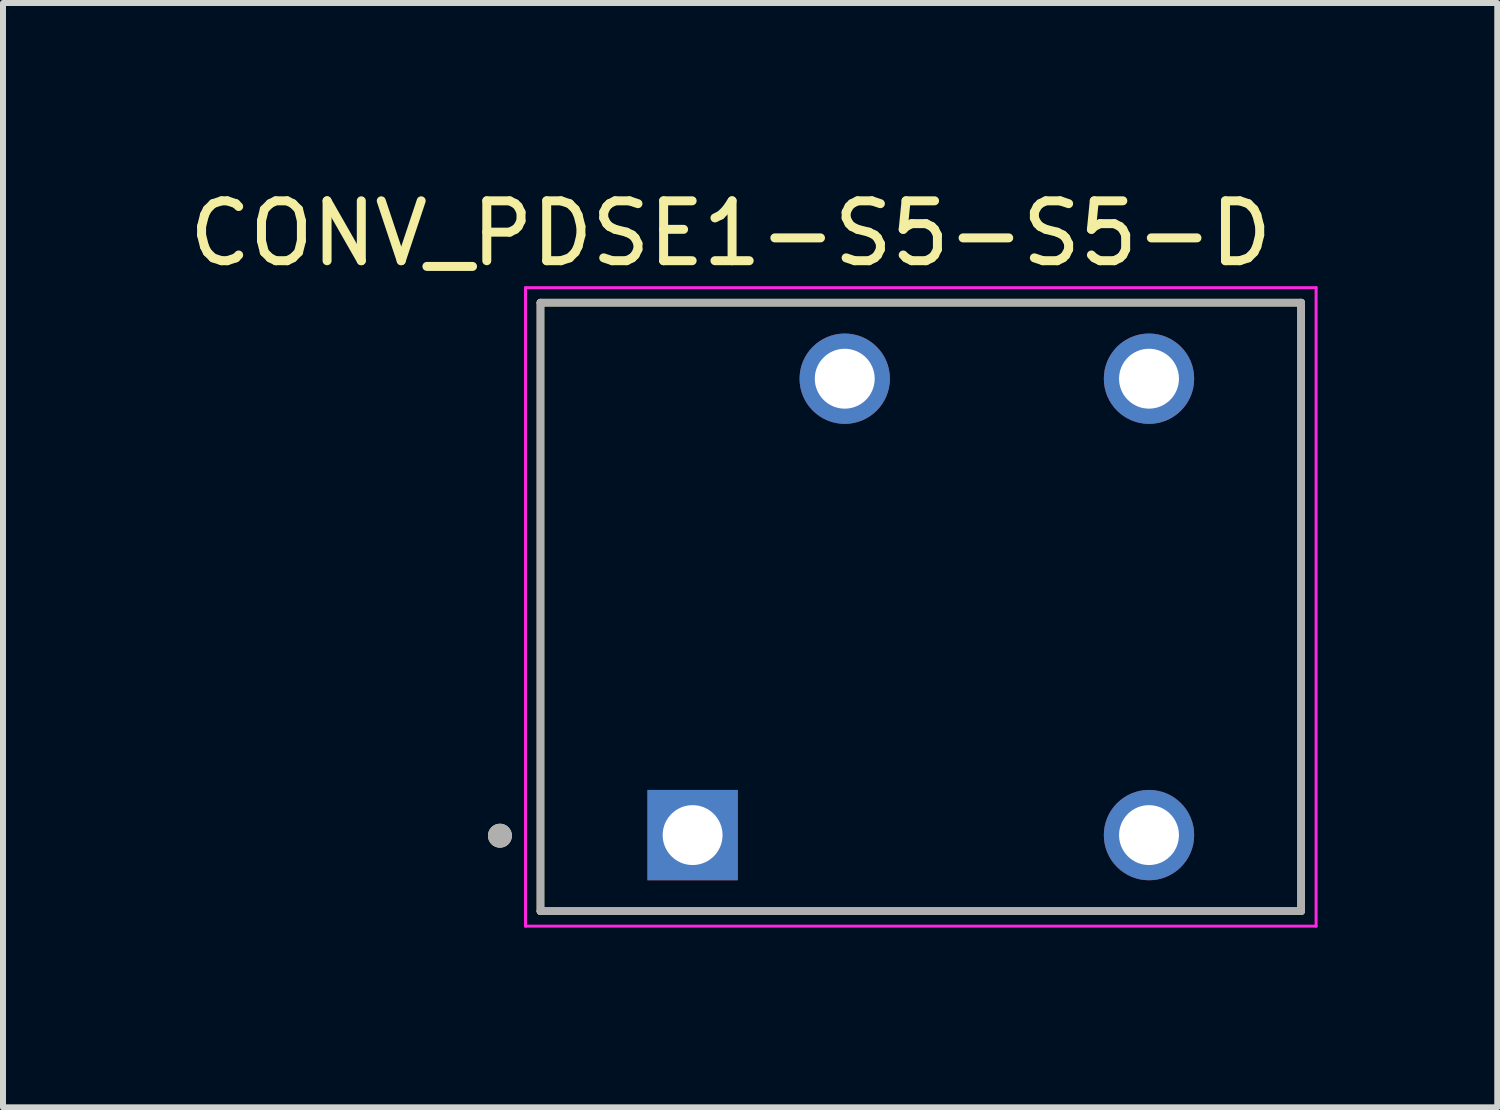
<source format=kicad_pcb>
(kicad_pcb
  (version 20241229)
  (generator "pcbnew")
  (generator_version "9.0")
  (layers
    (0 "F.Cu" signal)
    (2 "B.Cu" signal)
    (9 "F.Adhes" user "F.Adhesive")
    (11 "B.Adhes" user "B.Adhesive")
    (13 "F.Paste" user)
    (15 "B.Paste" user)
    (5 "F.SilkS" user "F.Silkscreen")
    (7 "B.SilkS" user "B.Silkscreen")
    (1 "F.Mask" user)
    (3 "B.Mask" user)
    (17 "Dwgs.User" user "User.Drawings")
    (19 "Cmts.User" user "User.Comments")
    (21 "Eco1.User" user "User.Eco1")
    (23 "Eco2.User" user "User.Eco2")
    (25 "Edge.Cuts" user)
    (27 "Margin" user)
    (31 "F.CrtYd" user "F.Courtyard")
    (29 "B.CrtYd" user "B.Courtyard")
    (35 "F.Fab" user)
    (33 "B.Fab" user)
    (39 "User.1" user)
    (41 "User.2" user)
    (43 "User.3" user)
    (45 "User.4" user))
  (footprint "CONV_PDSE1-S5-S5-D"
    (layer "F.Cu")
    (at 12.324 7.083)
    (property "Reference" "CONV_PDSE1-S5-S5-D" (at -3.175 -6.235 0) (layer "F.SilkS") (effects (font (size 1 1) (thickness 0.15))))
    (attr through_hole)
    (fp_line (start -6.35 -5.08) (end 6.35 -5.08) (stroke (width 0.127) (type solid)) (layer "F.SilkS"))
    (fp_line (start -6.35 5.08) (end -6.35 -5.08) (stroke (width 0.127) (type solid)) (layer "F.SilkS"))
    (fp_line (start 6.35 -5.08) (end 6.35 5.08) (stroke (width 0.127) (type solid)) (layer "F.SilkS"))
    (fp_line (start 6.35 5.08) (end -6.35 5.08) (stroke (width 0.127) (type solid)) (layer "F.SilkS"))
    (fp_circle (center -7.027 3.82) (end -6.927 3.82) (stroke (width 0.2) (type solid)) (fill no) (layer "F.SilkS"))
    (fp_line (start -6.6 -5.33) (end -6.6 5.33) (stroke (width 0.05) (type solid)) (layer "F.CrtYd"))
    (fp_line (start -6.6 5.33) (end 6.6 5.33) (stroke (width 0.05) (type solid)) (layer "F.CrtYd"))
    (fp_line (start 6.6 -5.33) (end -6.6 -5.33) (stroke (width 0.05) (type solid)) (layer "F.CrtYd"))
    (fp_line (start 6.6 5.33) (end 6.6 -5.33) (stroke (width 0.05) (type solid)) (layer "F.CrtYd"))
    (fp_line (start -6.35 -5.08) (end 6.35 -5.08) (stroke (width 0.127) (type solid)) (layer "F.Fab"))
    (fp_line (start -6.35 5.08) (end -6.35 -5.08) (stroke (width 0.127) (type solid)) (layer "F.Fab"))
    (fp_line (start 6.35 -5.08) (end 6.35 5.08) (stroke (width 0.127) (type solid)) (layer "F.Fab"))
    (fp_line (start 6.35 5.08) (end -6.35 5.08) (stroke (width 0.127) (type solid)) (layer "F.Fab"))
    (fp_circle (center -7.027 3.82) (end -6.927 3.82) (stroke (width 0.2) (type solid)) (fill no) (layer "F.Fab"))
    (pad "1" thru_hole rect (at -3.81 3.81) (size 1.508 1.508) (drill 1) (layers "*.Cu" "*.Mask"))
    (pad "4" thru_hole circle (at 3.81 3.81) (size 1.508 1.508) (drill 1) (layers "*.Cu" "*.Mask"))
    (pad "5" thru_hole circle (at 3.81 -3.81) (size 1.508 1.508) (drill 1) (layers "*.Cu" "*.Mask"))
    (pad "7" thru_hole circle (at -1.27 -3.81) (size 1.508 1.508) (drill 1) (layers "*.Cu" "*.Mask")))
  (gr_rect
    (start -3 -3)
    (end 21.949 15.438)
    (stroke (width 0.1) (type default))
    (fill no)
    (layer "Edge.Cuts")))
</source>
